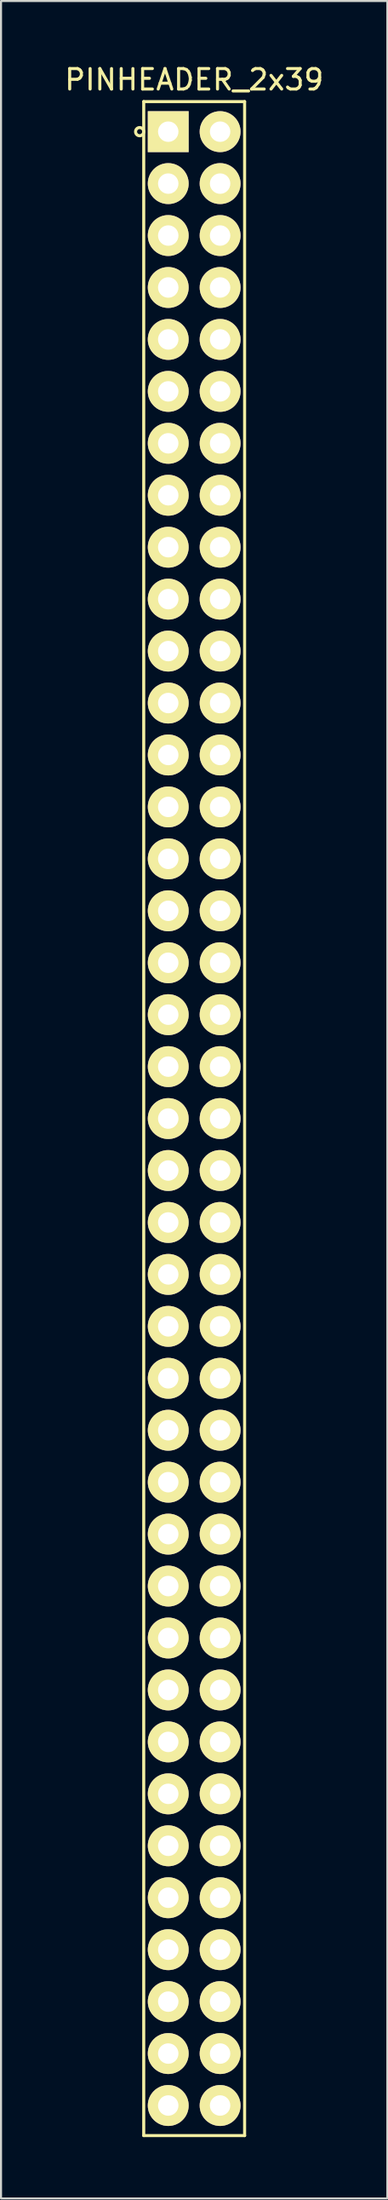
<source format=kicad_pcb>
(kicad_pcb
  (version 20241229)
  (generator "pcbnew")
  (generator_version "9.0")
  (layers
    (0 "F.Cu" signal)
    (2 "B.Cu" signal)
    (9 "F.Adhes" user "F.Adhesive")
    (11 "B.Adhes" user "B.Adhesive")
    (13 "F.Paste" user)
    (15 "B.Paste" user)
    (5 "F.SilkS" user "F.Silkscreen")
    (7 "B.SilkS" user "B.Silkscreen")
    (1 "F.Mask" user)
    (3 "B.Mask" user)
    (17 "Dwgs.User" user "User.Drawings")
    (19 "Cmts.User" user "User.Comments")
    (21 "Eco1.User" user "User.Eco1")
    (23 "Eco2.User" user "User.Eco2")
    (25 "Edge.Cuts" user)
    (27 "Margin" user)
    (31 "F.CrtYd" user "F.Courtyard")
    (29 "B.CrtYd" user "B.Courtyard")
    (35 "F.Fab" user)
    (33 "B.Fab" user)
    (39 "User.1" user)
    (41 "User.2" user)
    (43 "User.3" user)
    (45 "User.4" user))
  (footprint "PINHEADER_2x39"
    (layer "F.Cu")
    (at 5.188 3.388)
    (property "Reference" "PINHEADER_2x39" (at 1.27 -2.54 0) (layer "F.SilkS") (effects (font (size 1 1) (thickness 0.15))))
    (attr through_hole)
    (fp_line (start -1.2 -1.47) (end 3.74 -1.47) (stroke (width 0.15) (type solid)) (layer "F.SilkS"))
    (fp_line (start -1.2 97.99) (end -1.2 -1.47) (stroke (width 0.15) (type solid)) (layer "F.SilkS"))
    (fp_line (start 3.74 -1.47) (end 3.74 97.99) (stroke (width 0.15) (type solid)) (layer "F.SilkS"))
    (fp_line (start 3.74 97.99) (end -1.2 97.99) (stroke (width 0.15) (type solid)) (layer "F.SilkS"))
    (fp_circle (center -1.4 0) (end -1.4 0.2) (stroke (width 0.15) (type solid)) (fill no) (layer "F.SilkS"))
    (pad "1" thru_hole rect (at 0 0) (size 2 2) (drill 1) (layers "*.Cu" "*.Mask" "F.SilkS"))
    (pad "2" thru_hole circle (at 0 2.54) (size 2 2) (drill 1) (layers "*.Cu" "*.Mask" "F.SilkS"))
    (pad "3" thru_hole circle (at 0 5.08) (size 2 2) (drill 1) (layers "*.Cu" "*.Mask" "F.SilkS"))
    (pad "4" thru_hole circle (at 0 7.62) (size 2 2) (drill 1) (layers "*.Cu" "*.Mask" "F.SilkS"))
    (pad "5" thru_hole circle (at 0 10.16) (size 2 2) (drill 1) (layers "*.Cu" "*.Mask" "F.SilkS"))
    (pad "6" thru_hole circle (at 0 12.7) (size 2 2) (drill 1) (layers "*.Cu" "*.Mask" "F.SilkS"))
    (pad "7" thru_hole circle (at 0 15.24) (size 2 2) (drill 1) (layers "*.Cu" "*.Mask" "F.SilkS"))
    (pad "8" thru_hole circle (at 0 17.78) (size 2 2) (drill 1) (layers "*.Cu" "*.Mask" "F.SilkS"))
    (pad "9" thru_hole circle (at 0 20.32) (size 2 2) (drill 1) (layers "*.Cu" "*.Mask" "F.SilkS"))
    (pad "10" thru_hole circle (at 0 22.86) (size 2 2) (drill 1) (layers "*.Cu" "*.Mask" "F.SilkS"))
    (pad "11" thru_hole circle (at 0 25.4) (size 2 2) (drill 1) (layers "*.Cu" "*.Mask" "F.SilkS"))
    (pad "12" thru_hole circle (at 0 27.94) (size 2 2) (drill 1) (layers "*.Cu" "*.Mask" "F.SilkS"))
    (pad "13" thru_hole circle (at 0 30.48) (size 2 2) (drill 1) (layers "*.Cu" "*.Mask" "F.SilkS"))
    (pad "14" thru_hole circle (at 0 33.02) (size 2 2) (drill 1) (layers "*.Cu" "*.Mask" "F.SilkS"))
    (pad "15" thru_hole circle (at 0 35.56) (size 2 2) (drill 1) (layers "*.Cu" "*.Mask" "F.SilkS"))
    (pad "16" thru_hole circle (at 0 38.1) (size 2 2) (drill 1) (layers "*.Cu" "*.Mask" "F.SilkS"))
    (pad "17" thru_hole circle (at 0 40.64) (size 2 2) (drill 1) (layers "*.Cu" "*.Mask" "F.SilkS"))
    (pad "18" thru_hole circle (at 0 43.18) (size 2 2) (drill 1) (layers "*.Cu" "*.Mask" "F.SilkS"))
    (pad "19" thru_hole circle (at 0 45.72) (size 2 2) (drill 1) (layers "*.Cu" "*.Mask" "F.SilkS"))
    (pad "20" thru_hole circle (at 0 48.26) (size 2 2) (drill 1) (layers "*.Cu" "*.Mask" "F.SilkS"))
    (pad "21" thru_hole circle (at 0 50.8) (size 2 2) (drill 1) (layers "*.Cu" "*.Mask" "F.SilkS"))
    (pad "22" thru_hole circle (at 0 53.34) (size 2 2) (drill 1) (layers "*.Cu" "*.Mask" "F.SilkS"))
    (pad "23" thru_hole circle (at 0 55.88) (size 2 2) (drill 1) (layers "*.Cu" "*.Mask" "F.SilkS"))
    (pad "24" thru_hole circle (at 0 58.42) (size 2 2) (drill 1) (layers "*.Cu" "*.Mask" "F.SilkS"))
    (pad "25" thru_hole circle (at 0 60.96) (size 2 2) (drill 1) (layers "*.Cu" "*.Mask" "F.SilkS"))
    (pad "26" thru_hole circle (at 0 63.5) (size 2 2) (drill 1) (layers "*.Cu" "*.Mask" "F.SilkS"))
    (pad "27" thru_hole circle (at 0 66.04) (size 2 2) (drill 1) (layers "*.Cu" "*.Mask" "F.SilkS"))
    (pad "28" thru_hole circle (at 0 68.58) (size 2 2) (drill 1) (layers "*.Cu" "*.Mask" "F.SilkS"))
    (pad "29" thru_hole circle (at 0 71.12) (size 2 2) (drill 1) (layers "*.Cu" "*.Mask" "F.SilkS"))
    (pad "30" thru_hole circle (at 0 73.66) (size 2 2) (drill 1) (layers "*.Cu" "*.Mask" "F.SilkS"))
    (pad "31" thru_hole circle (at 0 76.2) (size 2 2) (drill 1) (layers "*.Cu" "*.Mask" "F.SilkS"))
    (pad "32" thru_hole circle (at 0 78.74) (size 2 2) (drill 1) (layers "*.Cu" "*.Mask" "F.SilkS"))
    (pad "33" thru_hole circle (at 0 81.28) (size 2 2) (drill 1) (layers "*.Cu" "*.Mask" "F.SilkS"))
    (pad "34" thru_hole circle (at 0 83.82) (size 2 2) (drill 1) (layers "*.Cu" "*.Mask" "F.SilkS"))
    (pad "35" thru_hole circle (at 0 86.36) (size 2 2) (drill 1) (layers "*.Cu" "*.Mask" "F.SilkS"))
    (pad "36" thru_hole circle (at 0 88.9) (size 2 2) (drill 1) (layers "*.Cu" "*.Mask" "F.SilkS"))
    (pad "37" thru_hole circle (at 0 91.44) (size 2 2) (drill 1) (layers "*.Cu" "*.Mask" "F.SilkS"))
    (pad "38" thru_hole circle (at 0 93.98) (size 2 2) (drill 1) (layers "*.Cu" "*.Mask" "F.SilkS"))
    (pad "39" thru_hole circle (at 0 96.52) (size 2 2) (drill 1) (layers "*.Cu" "*.Mask" "F.SilkS"))
    (pad "40" thru_hole circle (at 2.54 96.52) (size 2 2) (drill 1) (layers "*.Cu" "*.Mask" "F.SilkS"))
    (pad "41" thru_hole circle (at 2.54 93.98) (size 2 2) (drill 1) (layers "*.Cu" "*.Mask" "F.SilkS"))
    (pad "42" thru_hole circle (at 2.54 91.44) (size 2 2) (drill 1) (layers "*.Cu" "*.Mask" "F.SilkS"))
    (pad "43" thru_hole circle (at 2.54 88.9) (size 2 2) (drill 1) (layers "*.Cu" "*.Mask" "F.SilkS"))
    (pad "44" thru_hole circle (at 2.54 86.36) (size 2 2) (drill 1) (layers "*.Cu" "*.Mask" "F.SilkS"))
    (pad "45" thru_hole circle (at 2.54 83.82) (size 2 2) (drill 1) (layers "*.Cu" "*.Mask" "F.SilkS"))
    (pad "46" thru_hole circle (at 2.54 81.28) (size 2 2) (drill 1) (layers "*.Cu" "*.Mask" "F.SilkS"))
    (pad "47" thru_hole circle (at 2.54 78.74) (size 2 2) (drill 1) (layers "*.Cu" "*.Mask" "F.SilkS"))
    (pad "48" thru_hole circle (at 2.54 76.2) (size 2 2) (drill 1) (layers "*.Cu" "*.Mask" "F.SilkS"))
    (pad "49" thru_hole circle (at 2.54 73.66) (size 2 2) (drill 1) (layers "*.Cu" "*.Mask" "F.SilkS"))
    (pad "50" thru_hole circle (at 2.54 71.12) (size 2 2) (drill 1) (layers "*.Cu" "*.Mask" "F.SilkS"))
    (pad "51" thru_hole circle (at 2.54 68.58) (size 2 2) (drill 1) (layers "*.Cu" "*.Mask" "F.SilkS"))
    (pad "52" thru_hole circle (at 2.54 66.04) (size 2 2) (drill 1) (layers "*.Cu" "*.Mask" "F.SilkS"))
    (pad "53" thru_hole circle (at 2.54 63.5) (size 2 2) (drill 1) (layers "*.Cu" "*.Mask" "F.SilkS"))
    (pad "54" thru_hole circle (at 2.54 60.96) (size 2 2) (drill 1) (layers "*.Cu" "*.Mask" "F.SilkS"))
    (pad "55" thru_hole circle (at 2.54 58.42) (size 2 2) (drill 1) (layers "*.Cu" "*.Mask" "F.SilkS"))
    (pad "56" thru_hole circle (at 2.54 55.88) (size 2 2) (drill 1) (layers "*.Cu" "*.Mask" "F.SilkS"))
    (pad "57" thru_hole circle (at 2.54 53.34) (size 2 2) (drill 1) (layers "*.Cu" "*.Mask" "F.SilkS"))
    (pad "58" thru_hole circle (at 2.54 50.8) (size 2 2) (drill 1) (layers "*.Cu" "*.Mask" "F.SilkS"))
    (pad "59" thru_hole circle (at 2.54 48.26) (size 2 2) (drill 1) (layers "*.Cu" "*.Mask" "F.SilkS"))
    (pad "60" thru_hole circle (at 2.54 45.72) (size 2 2) (drill 1) (layers "*.Cu" "*.Mask" "F.SilkS"))
    (pad "61" thru_hole circle (at 2.54 43.18) (size 2 2) (drill 1) (layers "*.Cu" "*.Mask" "F.SilkS"))
    (pad "62" thru_hole circle (at 2.54 40.64) (size 2 2) (drill 1) (layers "*.Cu" "*.Mask" "F.SilkS"))
    (pad "63" thru_hole circle (at 2.54 38.1) (size 2 2) (drill 1) (layers "*.Cu" "*.Mask" "F.SilkS"))
    (pad "64" thru_hole circle (at 2.54 35.56) (size 2 2) (drill 1) (layers "*.Cu" "*.Mask" "F.SilkS"))
    (pad "65" thru_hole circle (at 2.54 33.02) (size 2 2) (drill 1) (layers "*.Cu" "*.Mask" "F.SilkS"))
    (pad "66" thru_hole circle (at 2.54 30.48) (size 2 2) (drill 1) (layers "*.Cu" "*.Mask" "F.SilkS"))
    (pad "67" thru_hole circle (at 2.54 27.94) (size 2 2) (drill 1) (layers "*.Cu" "*.Mask" "F.SilkS"))
    (pad "68" thru_hole circle (at 2.54 25.4) (size 2 2) (drill 1) (layers "*.Cu" "*.Mask" "F.SilkS"))
    (pad "69" thru_hole circle (at 2.54 22.86) (size 2 2) (drill 1) (layers "*.Cu" "*.Mask" "F.SilkS"))
    (pad "70" thru_hole circle (at 2.54 20.32) (size 2 2) (drill 1) (layers "*.Cu" "*.Mask" "F.SilkS"))
    (pad "71" thru_hole circle (at 2.54 17.78) (size 2 2) (drill 1) (layers "*.Cu" "*.Mask" "F.SilkS"))
    (pad "72" thru_hole circle (at 2.54 15.24) (size 2 2) (drill 1) (layers "*.Cu" "*.Mask" "F.SilkS"))
    (pad "73" thru_hole circle (at 2.54 12.7) (size 2 2) (drill 1) (layers "*.Cu" "*.Mask" "F.SilkS"))
    (pad "74" thru_hole circle (at 2.54 10.16) (size 2 2) (drill 1) (layers "*.Cu" "*.Mask" "F.SilkS"))
    (pad "75" thru_hole circle (at 2.54 7.62) (size 2 2) (drill 1) (layers "*.Cu" "*.Mask" "F.SilkS"))
    (pad "76" thru_hole circle (at 2.54 5.08) (size 2 2) (drill 1) (layers "*.Cu" "*.Mask" "F.SilkS"))
    (pad "77" thru_hole circle (at 2.54 2.54) (size 2 2) (drill 1) (layers "*.Cu" "*.Mask" "F.SilkS"))
    (pad "78" thru_hole circle (at 2.54 0) (size 2 2) (drill 1) (layers "*.Cu" "*.Mask" "F.SilkS")))
  (gr_rect
    (start -3 -3)
    (end 15.917 104.453)
    (stroke (width 0.1) (type default))
    (fill no)
    (layer "Edge.Cuts")))
</source>
